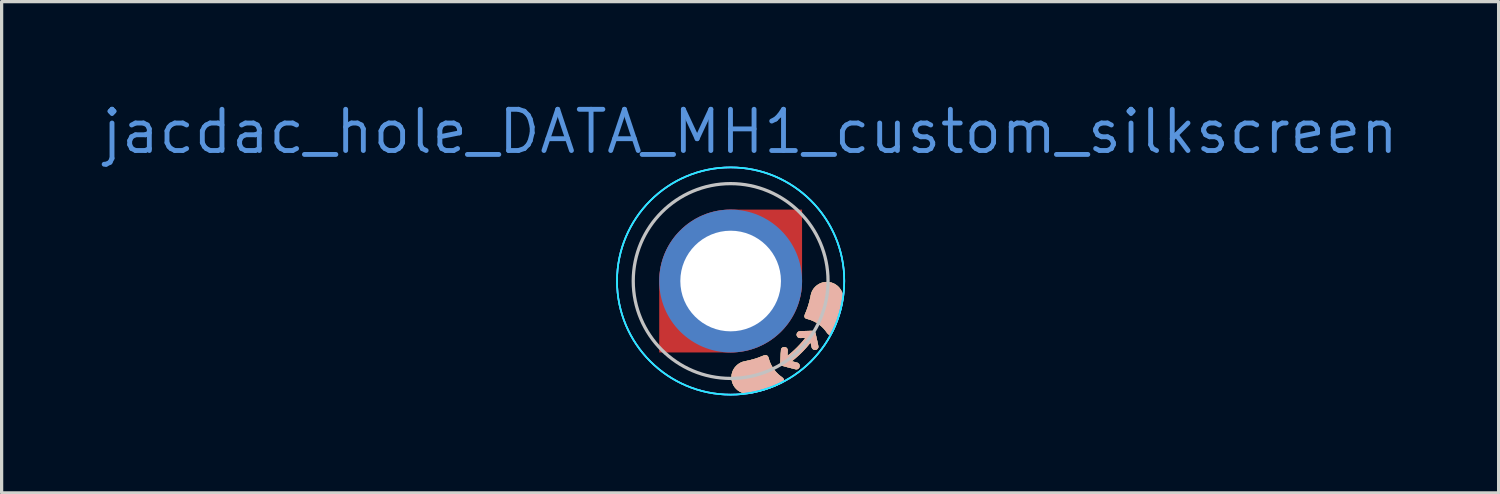
<source format=kicad_pcb>
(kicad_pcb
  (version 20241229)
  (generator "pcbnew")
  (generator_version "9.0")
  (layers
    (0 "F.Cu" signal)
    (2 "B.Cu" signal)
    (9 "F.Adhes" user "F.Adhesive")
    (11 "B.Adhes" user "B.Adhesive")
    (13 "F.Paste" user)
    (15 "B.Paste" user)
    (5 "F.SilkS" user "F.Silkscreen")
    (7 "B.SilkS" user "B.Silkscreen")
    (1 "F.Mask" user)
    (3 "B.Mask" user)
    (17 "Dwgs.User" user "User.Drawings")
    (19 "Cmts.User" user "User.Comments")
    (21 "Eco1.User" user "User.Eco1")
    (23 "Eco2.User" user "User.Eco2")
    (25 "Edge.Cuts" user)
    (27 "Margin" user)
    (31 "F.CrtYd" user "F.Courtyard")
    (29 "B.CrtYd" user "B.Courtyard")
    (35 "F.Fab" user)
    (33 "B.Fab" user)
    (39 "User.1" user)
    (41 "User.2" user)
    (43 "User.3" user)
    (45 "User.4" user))
  (footprint "jacdac_hole_DATA_MH1_custom_silkscreen"
    (layer "F.Cu")
    (at 19.455 5.606)
    (property "Reference" "jacdac_hole_DATA_MH1_custom_silkscreen" (at 0.6 -4.6 0) (layer "Cmts.User") (effects (font (size 1.27 1.27) (thickness 0.15))))
    (attr through_hole)
    (fp_poly (pts (xy -2.495 0) (xy -2.495 -0.157) (xy -2.456 -0.468) (xy -2.378 -0.773) (xy -2.262 -1.064) (xy -2.111 -1.34) (xy -1.926 -1.594) (xy -1.711 -1.822) (xy -1.469 -2.023) (xy -1.204 -2.191) (xy -0.92 -2.324) (xy -0.622 -2.421) (xy -0.313 -2.48) (xy 0 -2.5) (xy 2.5 -2.5) (xy 2.5 0) (xy 2.495 0) (xy 2.495 0.157) (xy 2.456 0.468) (xy 2.378 0.773) (xy 2.262 1.064) (xy 2.111 1.34) (xy 1.926 1.594) (xy 1.711 1.822) (xy 1.469 2.023) (xy 1.204 2.191) (xy 0.92 2.324) (xy 0.622 2.421) (xy 0.313 2.48) (xy 0 2.5) (xy -2.5 2.5) (xy -2.5 0)) (stroke (width 0) (type solid)) (fill yes) (layer "F.Mask"))
    (fp_circle (center 0 0) (end 0 -2.5) (stroke (width 0) (type solid)) (fill yes) (layer "B.Mask"))
    (fp_poly (pts (xy 1.1 2.289) (xy 1.116 2.297) (xy 1.129 2.307) (xy 1.138 2.316) (xy 1.146 2.325) (xy 1.153 2.337) (xy 1.159 2.352) (xy 1.166 2.373) (xy 1.174 2.399) (xy 1.174 2.4) (xy 1.192 2.457) (xy 1.211 2.509) (xy 1.233 2.558) (xy 1.249 2.591) (xy 1.292 2.667) (xy 1.341 2.738) (xy 1.397 2.805) (xy 1.458 2.868) (xy 1.524 2.924) (xy 1.561 2.952) (xy 1.59 2.974) (xy 1.612 2.994) (xy 1.627 3.014) (xy 1.637 3.033) (xy 1.64 3.053) (xy 1.641 3.058) (xy 1.639 3.077) (xy 1.632 3.093) (xy 1.621 3.109) (xy 1.604 3.124) (xy 1.58 3.14) (xy 1.549 3.156) (xy 1.549 3.157) (xy 1.427 3.214) (xy 1.3 3.267) (xy 1.167 3.316) (xy 1.03 3.361) (xy 0.89 3.4) (xy 0.749 3.435) (xy 0.69 3.447) (xy 0.63 3.458) (xy 0.577 3.465) (xy 0.53 3.468) (xy 0.488 3.467) (xy 0.454 3.463) (xy 0.391 3.449) (xy 0.331 3.427) (xy 0.275 3.399) (xy 0.224 3.365) (xy 0.177 3.324) (xy 0.135 3.278) (xy 0.099 3.226) (xy 0.094 3.217) (xy 0.068 3.164) (xy 0.048 3.108) (xy 0.035 3.05) (xy 0.029 2.99) (xy 0.03 2.929) (xy 0.037 2.87) (xy 0.052 2.812) (xy 0.053 2.808) (xy 0.076 2.752) (xy 0.106 2.699) (xy 0.142 2.65) (xy 0.184 2.605) (xy 0.23 2.566) (xy 0.281 2.532) (xy 0.335 2.505) (xy 0.357 2.496) (xy 0.371 2.492) (xy 0.392 2.486) (xy 0.416 2.48) (xy 0.442 2.474) (xy 0.469 2.468) (xy 0.47 2.468) (xy 0.569 2.447) (xy 0.663 2.423) (xy 0.753 2.397) (xy 0.84 2.368) (xy 0.927 2.335) (xy 0.975 2.315) (xy 1.009 2.302) (xy 1.038 2.292) (xy 1.062 2.287) (xy 1.083 2.286) (xy 1.1 2.289)) (stroke (width 0.01) (type solid)) (fill yes) (layer "F.SilkS"))
    (fp_poly (pts (xy 3.05 0.04) (xy 3.108 0.053) (xy 3.164 0.074) (xy 3.216 0.1) (xy 3.265 0.133) (xy 3.309 0.171) (xy 3.349 0.214) (xy 3.385 0.263) (xy 3.414 0.316) (xy 3.438 0.373) (xy 3.455 0.435) (xy 3.455 0.437) (xy 3.459 0.454) (xy 3.461 0.474) (xy 3.462 0.496) (xy 3.462 0.524) (xy 3.462 0.536) (xy 3.462 0.557) (xy 3.461 0.578) (xy 3.459 0.6) (xy 3.456 0.622) (xy 3.452 0.647) (xy 3.447 0.675) (xy 3.441 0.708) (xy 3.433 0.745) (xy 3.423 0.789) (xy 3.418 0.808) (xy 3.39 0.921) (xy 3.356 1.037) (xy 3.318 1.154) (xy 3.275 1.27) (xy 3.23 1.384) (xy 3.182 1.493) (xy 3.147 1.564) (xy 3.133 1.591) (xy 3.12 1.612) (xy 3.108 1.628) (xy 3.096 1.639) (xy 3.083 1.647) (xy 3.082 1.648) (xy 3.064 1.654) (xy 3.047 1.654) (xy 3.033 1.65) (xy 3.013 1.639) (xy 2.993 1.62) (xy 2.972 1.595) (xy 2.969 1.59) (xy 2.915 1.517) (xy 2.856 1.45) (xy 2.792 1.388) (xy 2.723 1.333) (xy 2.65 1.284) (xy 2.573 1.242) (xy 2.517 1.217) (xy 2.486 1.204) (xy 2.454 1.193) (xy 2.421 1.182) (xy 2.383 1.171) (xy 2.35 1.163) (xy 2.332 1.157) (xy 2.319 1.152) (xy 2.308 1.145) (xy 2.3 1.137) (xy 2.286 1.122) (xy 2.278 1.106) (xy 2.275 1.087) (xy 2.278 1.066) (xy 2.286 1.04) (xy 2.295 1.018) (xy 2.344 0.897) (xy 2.387 0.773) (xy 2.425 0.645) (xy 2.456 0.511) (xy 2.463 0.48) (xy 2.47 0.446) (xy 2.476 0.417) (xy 2.482 0.394) (xy 2.488 0.373) (xy 2.495 0.355) (xy 2.502 0.336) (xy 2.509 0.322) (xy 2.537 0.269) (xy 2.572 0.22) (xy 2.613 0.175) (xy 2.659 0.136) (xy 2.709 0.102) (xy 2.762 0.074) (xy 2.819 0.053) (xy 2.866 0.042) (xy 2.929 0.034) (xy 2.99 0.033) (xy 3.05 0.04)) (stroke (width 0.01) (type solid)) (fill yes) (layer "F.SilkS"))
    (fp_poly (pts (xy 2.507 1.538) (xy 2.524 1.538) (xy 2.538 1.54) (xy 2.548 1.542) (xy 2.557 1.544) (xy 2.564 1.548) (xy 2.57 1.552) (xy 2.577 1.557) (xy 2.58 1.56) (xy 2.591 1.571) (xy 2.602 1.586) (xy 2.61 1.603) (xy 2.615 1.617) (xy 2.615 1.623) (xy 2.616 1.629) (xy 2.619 1.642) (xy 2.623 1.661) (xy 2.628 1.685) (xy 2.634 1.713) (xy 2.641 1.746) (xy 2.649 1.781) (xy 2.657 1.815) (xy 2.668 1.862) (xy 2.676 1.901) (xy 2.684 1.934) (xy 2.689 1.962) (xy 2.693 1.985) (xy 2.696 2.003) (xy 2.698 2.018) (xy 2.698 2.03) (xy 2.697 2.04) (xy 2.696 2.048) (xy 2.693 2.055) (xy 2.693 2.057) (xy 2.681 2.077) (xy 2.664 2.096) (xy 2.645 2.109) (xy 2.627 2.115) (xy 2.605 2.118) (xy 2.582 2.117) (xy 2.561 2.112) (xy 2.553 2.109) (xy 2.537 2.098) (xy 2.522 2.083) (xy 2.51 2.067) (xy 2.505 2.058) (xy 2.503 2.05) (xy 2.499 2.037) (xy 2.494 2.018) (xy 2.489 1.995) (xy 2.483 1.971) (xy 2.482 1.967) (xy 2.477 1.943) (xy 2.472 1.922) (xy 2.468 1.905) (xy 2.465 1.893) (xy 2.463 1.887) (xy 2.463 1.887) (xy 2.461 1.889) (xy 2.454 1.897) (xy 2.444 1.909) (xy 2.432 1.924) (xy 2.424 1.934) (xy 2.324 2.053) (xy 2.219 2.167) (xy 2.107 2.276) (xy 1.989 2.379) (xy 1.93 2.428) (xy 1.913 2.442) (xy 1.898 2.454) (xy 1.887 2.464) (xy 1.881 2.471) (xy 1.88 2.473) (xy 1.885 2.474) (xy 1.896 2.478) (xy 1.912 2.482) (xy 1.933 2.488) (xy 1.957 2.494) (xy 1.966 2.496) (xy 1.997 2.504) (xy 2.022 2.51) (xy 2.04 2.516) (xy 2.055 2.52) (xy 2.065 2.524) (xy 2.073 2.529) (xy 2.08 2.533) (xy 2.087 2.539) (xy 2.09 2.542) (xy 2.108 2.562) (xy 2.118 2.585) (xy 2.123 2.61) (xy 2.121 2.635) (xy 2.113 2.66) (xy 2.099 2.681) (xy 2.08 2.699) (xy 2.067 2.707) (xy 2.056 2.712) (xy 2.045 2.715) (xy 2.033 2.717) (xy 2.018 2.716) (xy 2 2.714) (xy 1.978 2.71) (xy 1.95 2.703) (xy 1.921 2.695) (xy 1.892 2.688) (xy 1.859 2.679) (xy 1.821 2.67) (xy 1.783 2.66) (xy 1.744 2.65) (xy 1.711 2.641) (xy 1.674 2.631) (xy 1.644 2.623) (xy 1.62 2.616) (xy 1.601 2.61) (xy 1.586 2.604) (xy 1.575 2.599) (xy 1.566 2.592) (xy 1.559 2.585) (xy 1.553 2.577) (xy 1.549 2.572) (xy 1.545 2.566) (xy 1.541 2.56) (xy 1.539 2.553) (xy 1.537 2.546) (xy 1.535 2.536) (xy 1.534 2.524) (xy 1.534 2.508) (xy 1.534 2.488) (xy 1.535 2.464) (xy 1.536 2.434) (xy 1.538 2.398) (xy 1.54 2.356) (xy 1.542 2.324) (xy 1.544 2.284) (xy 1.546 2.246) (xy 1.548 2.211) (xy 1.55 2.18) (xy 1.552 2.153) (xy 1.553 2.132) (xy 1.555 2.116) (xy 1.556 2.108) (xy 1.556 2.107) (xy 1.566 2.083) (xy 1.581 2.064) (xy 1.601 2.05) (xy 1.624 2.04) (xy 1.649 2.036) (xy 1.674 2.038) (xy 1.698 2.046) (xy 1.719 2.06) (xy 1.72 2.06) (xy 1.734 2.076) (xy 1.746 2.095) (xy 1.746 2.096) (xy 1.749 2.104) (xy 1.752 2.111) (xy 1.753 2.12) (xy 1.754 2.13) (xy 1.754 2.144) (xy 1.753 2.163) (xy 1.752 2.188) (xy 1.752 2.189) (xy 1.751 2.214) (xy 1.75 2.238) (xy 1.749 2.26) (xy 1.748 2.277) (xy 1.747 2.285) (xy 1.746 2.295) (xy 1.746 2.302) (xy 1.747 2.306) (xy 1.751 2.306) (xy 1.758 2.303) (xy 1.768 2.295) (xy 1.783 2.284) (xy 1.804 2.267) (xy 1.808 2.264) (xy 1.891 2.195) (xy 1.973 2.121) (xy 2.053 2.043) (xy 2.129 1.964) (xy 2.201 1.883) (xy 2.267 1.803) (xy 2.3 1.761) (xy 2.311 1.745) (xy 2.276 1.748) (xy 2.259 1.749) (xy 2.236 1.75) (xy 2.211 1.75) (xy 2.185 1.751) (xy 2.177 1.751) (xy 2.152 1.751) (xy 2.133 1.751) (xy 2.119 1.75) (xy 2.109 1.749) (xy 2.101 1.746) (xy 2.097 1.745) (xy 2.075 1.731) (xy 2.056 1.711) (xy 2.043 1.687) (xy 2.036 1.661) (xy 2.036 1.651) (xy 2.04 1.625) (xy 2.05 1.601) (xy 2.065 1.58) (xy 2.085 1.564) (xy 2.096 1.558) (xy 2.101 1.556) (xy 2.106 1.554) (xy 2.113 1.553) (xy 2.121 1.552) (xy 2.131 1.551) (xy 2.144 1.549) (xy 2.161 1.548) (xy 2.182 1.547) (xy 2.209 1.546) (xy 2.241 1.545) (xy 2.279 1.544) (xy 2.325 1.542) (xy 2.343 1.542) (xy 2.388 1.54) (xy 2.427 1.539) (xy 2.459 1.538) (xy 2.486 1.538) (xy 2.507 1.538)) (stroke (width 0.01) (type solid)) (fill yes) (layer "F.SilkS"))
    (fp_poly (pts (xy 1.1 2.289) (xy 1.116 2.297) (xy 1.129 2.307) (xy 1.138 2.316) (xy 1.146 2.325) (xy 1.153 2.337) (xy 1.159 2.352) (xy 1.166 2.373) (xy 1.174 2.399) (xy 1.174 2.4) (xy 1.192 2.457) (xy 1.211 2.509) (xy 1.233 2.558) (xy 1.249 2.591) (xy 1.292 2.667) (xy 1.341 2.738) (xy 1.397 2.805) (xy 1.458 2.868) (xy 1.524 2.924) (xy 1.561 2.952) (xy 1.59 2.974) (xy 1.612 2.994) (xy 1.627 3.014) (xy 1.637 3.033) (xy 1.64 3.053) (xy 1.641 3.058) (xy 1.639 3.077) (xy 1.632 3.093) (xy 1.621 3.109) (xy 1.604 3.124) (xy 1.58 3.14) (xy 1.549 3.156) (xy 1.549 3.157) (xy 1.427 3.214) (xy 1.3 3.267) (xy 1.167 3.316) (xy 1.03 3.361) (xy 0.89 3.4) (xy 0.749 3.435) (xy 0.69 3.447) (xy 0.63 3.458) (xy 0.577 3.465) (xy 0.53 3.468) (xy 0.488 3.467) (xy 0.454 3.463) (xy 0.391 3.449) (xy 0.331 3.427) (xy 0.275 3.399) (xy 0.224 3.365) (xy 0.177 3.324) (xy 0.135 3.278) (xy 0.099 3.226) (xy 0.094 3.217) (xy 0.068 3.164) (xy 0.048 3.108) (xy 0.035 3.05) (xy 0.029 2.99) (xy 0.03 2.929) (xy 0.037 2.87) (xy 0.052 2.812) (xy 0.053 2.808) (xy 0.076 2.752) (xy 0.106 2.699) (xy 0.142 2.65) (xy 0.184 2.605) (xy 0.23 2.566) (xy 0.281 2.532) (xy 0.335 2.505) (xy 0.357 2.496) (xy 0.371 2.492) (xy 0.392 2.486) (xy 0.416 2.48) (xy 0.442 2.474) (xy 0.469 2.468) (xy 0.47 2.468) (xy 0.569 2.447) (xy 0.663 2.423) (xy 0.753 2.397) (xy 0.84 2.368) (xy 0.927 2.335) (xy 0.975 2.315) (xy 1.009 2.302) (xy 1.038 2.292) (xy 1.062 2.287) (xy 1.083 2.286) (xy 1.1 2.289)) (stroke (width 0.01) (type solid)) (fill yes) (layer "B.SilkS"))
    (fp_poly (pts (xy 3.05 0.04) (xy 3.108 0.053) (xy 3.164 0.074) (xy 3.216 0.1) (xy 3.265 0.133) (xy 3.309 0.171) (xy 3.349 0.214) (xy 3.385 0.263) (xy 3.414 0.316) (xy 3.438 0.373) (xy 3.455 0.435) (xy 3.455 0.437) (xy 3.459 0.454) (xy 3.461 0.474) (xy 3.462 0.496) (xy 3.462 0.524) (xy 3.462 0.536) (xy 3.462 0.557) (xy 3.461 0.578) (xy 3.459 0.6) (xy 3.456 0.622) (xy 3.452 0.647) (xy 3.447 0.675) (xy 3.441 0.708) (xy 3.433 0.745) (xy 3.423 0.789) (xy 3.418 0.808) (xy 3.39 0.921) (xy 3.356 1.037) (xy 3.318 1.154) (xy 3.275 1.27) (xy 3.23 1.384) (xy 3.182 1.493) (xy 3.147 1.564) (xy 3.133 1.591) (xy 3.12 1.612) (xy 3.108 1.628) (xy 3.096 1.639) (xy 3.083 1.647) (xy 3.082 1.648) (xy 3.064 1.654) (xy 3.047 1.654) (xy 3.033 1.65) (xy 3.013 1.639) (xy 2.993 1.62) (xy 2.972 1.595) (xy 2.969 1.59) (xy 2.915 1.517) (xy 2.856 1.45) (xy 2.792 1.388) (xy 2.723 1.333) (xy 2.65 1.284) (xy 2.573 1.242) (xy 2.517 1.217) (xy 2.486 1.204) (xy 2.454 1.193) (xy 2.421 1.182) (xy 2.383 1.171) (xy 2.35 1.163) (xy 2.332 1.157) (xy 2.319 1.152) (xy 2.308 1.145) (xy 2.3 1.137) (xy 2.286 1.122) (xy 2.278 1.106) (xy 2.275 1.087) (xy 2.278 1.066) (xy 2.286 1.04) (xy 2.295 1.018) (xy 2.344 0.897) (xy 2.387 0.773) (xy 2.425 0.645) (xy 2.456 0.511) (xy 2.463 0.48) (xy 2.47 0.446) (xy 2.476 0.417) (xy 2.482 0.394) (xy 2.488 0.373) (xy 2.495 0.355) (xy 2.502 0.336) (xy 2.509 0.322) (xy 2.537 0.269) (xy 2.572 0.22) (xy 2.613 0.175) (xy 2.659 0.136) (xy 2.709 0.102) (xy 2.762 0.074) (xy 2.819 0.053) (xy 2.866 0.042) (xy 2.929 0.034) (xy 2.99 0.033) (xy 3.05 0.04)) (stroke (width 0.01) (type solid)) (fill yes) (layer "B.SilkS"))
    (fp_poly (pts (xy 2.507 1.538) (xy 2.524 1.538) (xy 2.538 1.54) (xy 2.548 1.542) (xy 2.557 1.544) (xy 2.564 1.548) (xy 2.57 1.552) (xy 2.577 1.557) (xy 2.58 1.56) (xy 2.591 1.571) (xy 2.602 1.586) (xy 2.61 1.603) (xy 2.615 1.617) (xy 2.615 1.623) (xy 2.616 1.629) (xy 2.619 1.642) (xy 2.623 1.661) (xy 2.628 1.685) (xy 2.634 1.713) (xy 2.641 1.746) (xy 2.649 1.781) (xy 2.657 1.815) (xy 2.668 1.862) (xy 2.676 1.901) (xy 2.684 1.934) (xy 2.689 1.962) (xy 2.693 1.985) (xy 2.696 2.003) (xy 2.698 2.018) (xy 2.698 2.03) (xy 2.697 2.04) (xy 2.696 2.048) (xy 2.693 2.055) (xy 2.693 2.057) (xy 2.681 2.077) (xy 2.664 2.096) (xy 2.645 2.109) (xy 2.627 2.115) (xy 2.605 2.118) (xy 2.582 2.117) (xy 2.561 2.112) (xy 2.553 2.109) (xy 2.537 2.098) (xy 2.522 2.083) (xy 2.51 2.067) (xy 2.505 2.058) (xy 2.503 2.05) (xy 2.499 2.037) (xy 2.494 2.018) (xy 2.489 1.995) (xy 2.483 1.971) (xy 2.482 1.967) (xy 2.477 1.943) (xy 2.472 1.922) (xy 2.468 1.905) (xy 2.465 1.893) (xy 2.463 1.887) (xy 2.463 1.887) (xy 2.461 1.889) (xy 2.454 1.897) (xy 2.444 1.909) (xy 2.432 1.924) (xy 2.424 1.934) (xy 2.324 2.053) (xy 2.219 2.167) (xy 2.107 2.276) (xy 1.989 2.379) (xy 1.93 2.428) (xy 1.913 2.442) (xy 1.898 2.454) (xy 1.887 2.464) (xy 1.881 2.471) (xy 1.88 2.473) (xy 1.885 2.474) (xy 1.896 2.478) (xy 1.912 2.482) (xy 1.933 2.488) (xy 1.957 2.494) (xy 1.966 2.496) (xy 1.997 2.504) (xy 2.022 2.51) (xy 2.04 2.516) (xy 2.055 2.52) (xy 2.065 2.524) (xy 2.073 2.529) (xy 2.08 2.533) (xy 2.087 2.539) (xy 2.09 2.542) (xy 2.108 2.562) (xy 2.118 2.585) (xy 2.123 2.61) (xy 2.121 2.635) (xy 2.113 2.66) (xy 2.099 2.681) (xy 2.08 2.699) (xy 2.067 2.707) (xy 2.056 2.712) (xy 2.045 2.715) (xy 2.033 2.717) (xy 2.018 2.716) (xy 2 2.714) (xy 1.978 2.71) (xy 1.95 2.703) (xy 1.921 2.695) (xy 1.892 2.688) (xy 1.859 2.679) (xy 1.821 2.67) (xy 1.783 2.66) (xy 1.744 2.65) (xy 1.711 2.641) (xy 1.674 2.631) (xy 1.644 2.623) (xy 1.62 2.616) (xy 1.601 2.61) (xy 1.586 2.604) (xy 1.575 2.599) (xy 1.566 2.592) (xy 1.559 2.585) (xy 1.553 2.577) (xy 1.549 2.572) (xy 1.545 2.566) (xy 1.541 2.56) (xy 1.539 2.553) (xy 1.537 2.546) (xy 1.535 2.536) (xy 1.534 2.524) (xy 1.534 2.508) (xy 1.534 2.488) (xy 1.535 2.464) (xy 1.536 2.434) (xy 1.538 2.398) (xy 1.54 2.356) (xy 1.542 2.324) (xy 1.544 2.284) (xy 1.546 2.246) (xy 1.548 2.211) (xy 1.55 2.18) (xy 1.552 2.153) (xy 1.553 2.132) (xy 1.555 2.116) (xy 1.556 2.108) (xy 1.556 2.107) (xy 1.566 2.083) (xy 1.581 2.064) (xy 1.601 2.05) (xy 1.624 2.04) (xy 1.649 2.036) (xy 1.674 2.038) (xy 1.698 2.046) (xy 1.719 2.06) (xy 1.72 2.06) (xy 1.734 2.076) (xy 1.746 2.095) (xy 1.746 2.096) (xy 1.749 2.104) (xy 1.752 2.111) (xy 1.753 2.12) (xy 1.754 2.13) (xy 1.754 2.144) (xy 1.753 2.163) (xy 1.752 2.188) (xy 1.752 2.189) (xy 1.751 2.214) (xy 1.75 2.238) (xy 1.749 2.26) (xy 1.748 2.277) (xy 1.747 2.285) (xy 1.746 2.295) (xy 1.746 2.302) (xy 1.747 2.306) (xy 1.751 2.306) (xy 1.758 2.303) (xy 1.768 2.295) (xy 1.783 2.284) (xy 1.804 2.267) (xy 1.808 2.264) (xy 1.891 2.195) (xy 1.973 2.121) (xy 2.053 2.043) (xy 2.129 1.964) (xy 2.201 1.883) (xy 2.267 1.803) (xy 2.3 1.761) (xy 2.311 1.745) (xy 2.276 1.748) (xy 2.259 1.749) (xy 2.236 1.75) (xy 2.211 1.75) (xy 2.185 1.751) (xy 2.177 1.751) (xy 2.152 1.751) (xy 2.133 1.751) (xy 2.119 1.75) (xy 2.109 1.749) (xy 2.101 1.746) (xy 2.097 1.745) (xy 2.075 1.731) (xy 2.056 1.711) (xy 2.043 1.687) (xy 2.036 1.661) (xy 2.036 1.651) (xy 2.04 1.625) (xy 2.05 1.601) (xy 2.065 1.58) (xy 2.085 1.564) (xy 2.096 1.558) (xy 2.101 1.556) (xy 2.106 1.554) (xy 2.113 1.553) (xy 2.121 1.552) (xy 2.131 1.551) (xy 2.144 1.549) (xy 2.161 1.548) (xy 2.182 1.547) (xy 2.209 1.546) (xy 2.241 1.545) (xy 2.279 1.544) (xy 2.325 1.542) (xy 2.343 1.542) (xy 2.388 1.54) (xy 2.427 1.539) (xy 2.459 1.538) (xy 2.486 1.538) (xy 2.507 1.538)) (stroke (width 0.01) (type solid)) (fill yes) (layer "B.SilkS"))
    (fp_circle (center 0 0) (end 0 -3) (stroke (width 0.1) (type default)) (fill no) (layer "Dwgs.User"))
    (fp_circle (center 0 0) (end 0 -3.5) (stroke (width 0.05) (type default)) (fill no) (layer "B.CrtYd"))
    (fp_circle (center 0 0) (end 0 -3.5) (stroke (width 0.05) (type default)) (fill no) (layer "B.CrtYd"))
    (fp_circle (center 0 0) (end 0 -3.5) (stroke (width 0.05) (type default)) (fill no) (layer "F.CrtYd"))
    (pad "MH1" smd custom (at 0 0 135) (size 1 1) (property pad_prop_fiducial_loc) (layers "F.Cu") (options (anchor circle)) (primitives (gr_poly (pts (xy 0 -3.111) (arc (start -1.555635 -1.555635) (mid -2.2 0) (end -1.555635 1.555635)) (xy 0 3.111) (arc (start 1.555635 1.555635) (mid 2.2 0) (end 1.555635 -1.555635))) (width 0) (fill yes))))
    (pad "MH1" thru_hole circle (at 0 0 135) (size 4.4 4.4) (drill 3.1) (property pad_prop_fiducial_loc) (layers "*.Cu"))
    (zone (net_name "") (layers "F.Cu" "B.Cu") (hatch edge 0.508) (connect_pads) (min_thickness 0.254) (filled_areas_thickness no) (keepout (tracks allowed) (vias allowed) (pads allowed) (copperpour not_allowed) (footprints allowed)) (placement (enabled no)) (fill) (polygon (pts (xy 19.455 2.601) (xy 19.106 2.621) (xy 18.762 2.682) (xy 18.427 2.782) (xy 18.106 2.921) (xy 17.804 3.095) (xy 17.524 3.304) (xy 17.269 3.544) (xy 17.045 3.812) (xy 16.853 4.104) (xy 16.696 4.416) (xy 16.576 4.744) (xy 16.496 5.084) (xy 16.455 5.431) (xy 16.455 5.781) (xy 16.496 6.128) (xy 16.576 6.468) (xy 16.696 6.796) (xy 16.853 7.109) (xy 17.045 7.401) (xy 17.269 7.668) (xy 17.524 7.908) (xy 17.804 8.117) (xy 18.106 8.292) (xy 18.427 8.43) (xy 18.762 8.53) (xy 19.106 8.591) (xy 19.455 8.611) (xy 19.804 8.591) (xy 20.148 8.53) (xy 20.483 8.43) (xy 20.804 8.292) (xy 21.106 8.117) (xy 21.387 7.908) (xy 21.641 7.668) (xy 21.866 7.401) (xy 22.058 7.109) (xy 22.214 6.796) (xy 22.334 6.468) (xy 22.415 6.128) (xy 22.455 5.781) (xy 22.455 5.431) (xy 22.415 5.084) (xy 22.334 4.744) (xy 22.214 4.416) (xy 22.058 4.104) (xy 21.866 3.812) (xy 21.641 3.544) (xy 21.387 3.304) (xy 21.106 3.095) (xy 20.804 2.921) (xy 20.483 2.782) (xy 20.148 2.682) (xy 19.804 2.621)))))
  (gr_rect
    (start -3 -3)
    (end 43.11 12.131)
    (stroke (width 0.1) (type default))
    (fill no)
    (layer "Edge.Cuts")))
</source>
